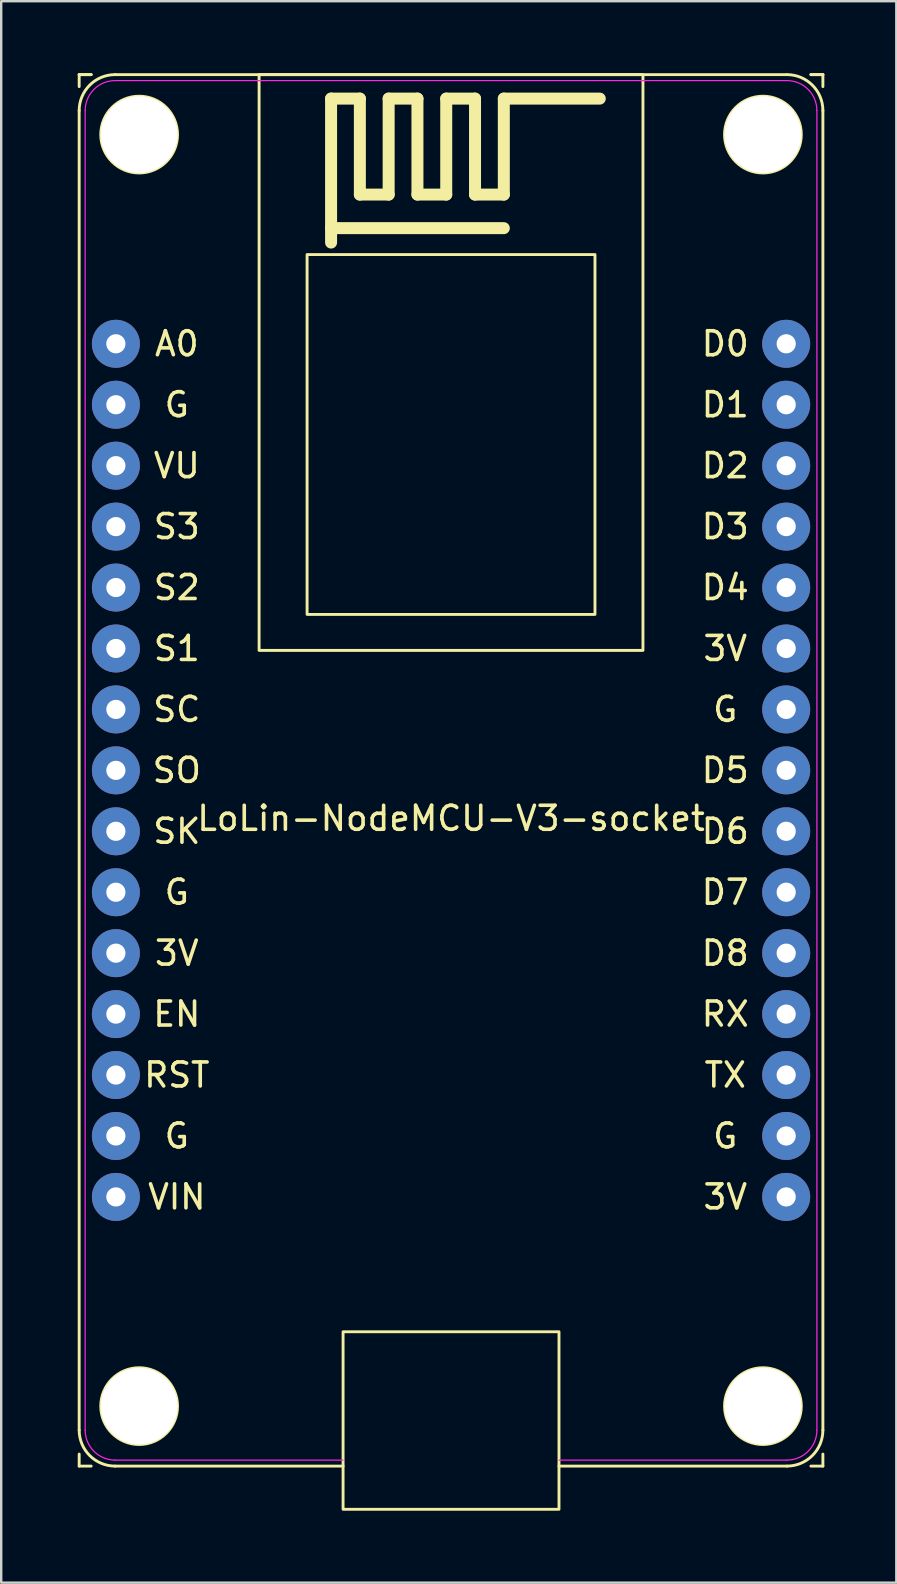
<source format=kicad_pcb>
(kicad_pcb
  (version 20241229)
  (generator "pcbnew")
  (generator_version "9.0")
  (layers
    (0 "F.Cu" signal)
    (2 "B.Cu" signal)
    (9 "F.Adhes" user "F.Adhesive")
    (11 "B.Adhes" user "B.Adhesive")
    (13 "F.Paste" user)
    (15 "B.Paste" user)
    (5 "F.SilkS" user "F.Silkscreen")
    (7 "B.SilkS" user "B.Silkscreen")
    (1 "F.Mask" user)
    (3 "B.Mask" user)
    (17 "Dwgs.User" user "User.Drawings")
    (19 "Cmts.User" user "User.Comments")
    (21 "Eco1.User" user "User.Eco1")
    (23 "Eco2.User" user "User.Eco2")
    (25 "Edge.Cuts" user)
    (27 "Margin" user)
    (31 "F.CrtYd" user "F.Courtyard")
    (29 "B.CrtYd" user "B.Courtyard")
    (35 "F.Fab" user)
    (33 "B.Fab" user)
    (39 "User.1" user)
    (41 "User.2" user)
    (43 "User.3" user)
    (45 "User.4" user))
  (footprint "LoLin-NodeMCU-V3-socket"
    (layer "F.Cu")
    (at 0.25 58.06)
    (property "Reference" "LoLin-NodeMCU-V3-socket" (at 15.5 -27 0) (layer "F.SilkS") (effects (font (size 1 1) (thickness 0.15))))
    (attr through_hole)
    (fp_line (start 0 -58) (end 0 -57.5) (stroke (width 0.12) (type solid)) (layer "F.SilkS"))
    (fp_line (start 0 -58) (end 0.5 -58) (stroke (width 0.12) (type solid)) (layer "F.SilkS"))
    (fp_line (start 0 -56.5) (end 0 -1.5) (stroke (width 0.12) (type solid)) (layer "F.SilkS"))
    (fp_line (start 0 -0.5) (end 0 0) (stroke (width 0.12) (type solid)) (layer "F.SilkS"))
    (fp_line (start 0 0) (end 0.5 0) (stroke (width 0.12) (type solid)) (layer "F.SilkS"))
    (fp_line (start 0.5 -58) (end 0 -58) (stroke (width 0.12) (type solid)) (layer "F.SilkS"))
    (fp_line (start 1.5 0) (end 11 0) (stroke (width 0.12) (type solid)) (layer "F.SilkS"))
    (fp_line (start 10.5 -57) (end 10.5 -51) (stroke (width 0.5) (type solid)) (layer "F.SilkS"))
    (fp_line (start 10.5 -51.6) (end 17.7 -51.6) (stroke (width 0.5) (type solid)) (layer "F.SilkS"))
    (fp_line (start 11.7 -57) (end 10.5 -57) (stroke (width 0.5) (type solid)) (layer "F.SilkS"))
    (fp_line (start 11.7 -53) (end 11.7 -57) (stroke (width 0.5) (type solid)) (layer "F.SilkS"))
    (fp_line (start 12.9 -57) (end 12.9 -53) (stroke (width 0.5) (type solid)) (layer "F.SilkS"))
    (fp_line (start 12.9 -53) (end 11.7 -53) (stroke (width 0.5) (type solid)) (layer "F.SilkS"))
    (fp_line (start 14.1 -57) (end 12.9 -57) (stroke (width 0.5) (type solid)) (layer "F.SilkS"))
    (fp_line (start 14.1 -53) (end 14.1 -57) (stroke (width 0.5) (type solid)) (layer "F.SilkS"))
    (fp_line (start 15.3 -57) (end 15.3 -53) (stroke (width 0.5) (type solid)) (layer "F.SilkS"))
    (fp_line (start 15.3 -53) (end 14.1 -53) (stroke (width 0.5) (type solid)) (layer "F.SilkS"))
    (fp_line (start 16.5 -57) (end 15.3 -57) (stroke (width 0.5) (type solid)) (layer "F.SilkS"))
    (fp_line (start 16.5 -53) (end 16.5 -57) (stroke (width 0.5) (type solid)) (layer "F.SilkS"))
    (fp_line (start 17.7 -57) (end 17.7 -53) (stroke (width 0.5) (type solid)) (layer "F.SilkS"))
    (fp_line (start 17.7 -53) (end 16.5 -53) (stroke (width 0.5) (type solid)) (layer "F.SilkS"))
    (fp_line (start 21.7 -57) (end 17.7 -57) (stroke (width 0.5) (type solid)) (layer "F.SilkS"))
    (fp_line (start 29.5 -58) (end 1.5 -58) (stroke (width 0.12) (type solid)) (layer "F.SilkS"))
    (fp_line (start 29.5 0) (end 20 0) (stroke (width 0.12) (type solid)) (layer "F.SilkS"))
    (fp_line (start 30.5 -58) (end 31 -58) (stroke (width 0.12) (type solid)) (layer "F.SilkS"))
    (fp_line (start 30.5 0) (end 31 0) (stroke (width 0.12) (type solid)) (layer "F.SilkS"))
    (fp_line (start 31 -58) (end 30.5 -58) (stroke (width 0.12) (type solid)) (layer "F.SilkS"))
    (fp_line (start 31 -58) (end 31 -57.5) (stroke (width 0.12) (type solid)) (layer "F.SilkS"))
    (fp_line (start 31 -1.5) (end 31 -56.5) (stroke (width 0.12) (type solid)) (layer "F.SilkS"))
    (fp_line (start 31 0) (end 31 -0.5) (stroke (width 0.12) (type solid)) (layer "F.SilkS"))
    (fp_rect (start 7.5 -58) (end 23.5 -34) (stroke (width 0.12) (type solid)) (fill no) (layer "F.SilkS"))
    (fp_rect (start 11 -5.6) (end 20 1.8) (stroke (width 0.12) (type solid)) (fill no) (layer "F.SilkS"))
    (fp_rect (start 21.5 -35.5) (end 9.5 -50.5) (stroke (width 0.12) (type solid)) (fill no) (layer "F.SilkS"))
    (fp_arc (start 0 -56.5) (mid 0.43934 -57.56066) (end 1.5 -58) (stroke (width 0.12) (type solid)) (layer "F.SilkS"))
    (fp_arc (start 1.5 0) (mid 0.43934 -0.43934) (end 0 -1.5) (stroke (width 0.12) (type solid)) (layer "F.SilkS"))
    (fp_arc (start 29.5 -58) (mid 30.56066 -57.56066) (end 31 -56.5) (stroke (width 0.12) (type solid)) (layer "F.SilkS"))
    (fp_arc (start 31 -1.5) (mid 30.56066 -0.43934) (end 29.5 0) (stroke (width 0.12) (type solid)) (layer "F.SilkS"))
    (fp_circle (center 2.5 -55.5) (end 4.1 -55.5) (stroke (width 0.12) (type solid)) (fill no) (layer "F.SilkS"))
    (fp_circle (center 2.5 -2.5) (end 4.1 -2.5) (stroke (width 0.12) (type solid)) (fill no) (layer "F.SilkS"))
    (fp_circle (center 28.5 -55.5) (end 30.1 -55.5) (stroke (width 0.12) (type solid)) (fill no) (layer "F.SilkS"))
    (fp_circle (center 28.5 -2.5) (end 30.1 -2.5) (stroke (width 0.12) (type solid)) (fill no) (layer "F.SilkS"))
    (fp_circle (center 2.5 -55.5) (end 4.1 -55.5) (stroke (width 0.12) (type solid)) (fill no) (layer "Margin"))
    (fp_circle (center 2.5 -2.5) (end 4.1 -2.5) (stroke (width 0.12) (type solid)) (fill no) (layer "Margin"))
    (fp_circle (center 28.5 -55.5) (end 30.1 -55.5) (stroke (width 0.12) (type solid)) (fill no) (layer "Margin"))
    (fp_circle (center 28.5 -2.5) (end 30.1 -2.5) (stroke (width 0.12) (type solid)) (fill no) (layer "Margin"))
    (fp_line (start 0.25 -1.5) (end 0.25 -56.5) (stroke (width 0.05) (type solid)) (layer "F.CrtYd"))
    (fp_line (start 1.5 -57.75) (end 29.5 -57.75) (stroke (width 0.05) (type solid)) (layer "F.CrtYd"))
    (fp_line (start 11 -0.25) (end 1.5 -0.25) (stroke (width 0.05) (type solid)) (layer "F.CrtYd"))
    (fp_line (start 29.5 -0.25) (end 20 -0.25) (stroke (width 0.05) (type solid)) (layer "F.CrtYd"))
    (fp_line (start 30.75 -56.5) (end 30.75 -1.5) (stroke (width 0.05) (type solid)) (layer "F.CrtYd"))
    (fp_arc (start 0.25 -56.5) (mid 0.616117 -57.383883) (end 1.5 -57.75) (stroke (width 0.05) (type solid)) (layer "F.CrtYd"))
    (fp_arc (start 1.5 -0.25) (mid 0.616117 -0.616117) (end 0.25 -1.5) (stroke (width 0.05) (type solid)) (layer "F.CrtYd"))
    (fp_arc (start 29.5 -57.75) (mid 30.383883 -57.383883) (end 30.75 -56.5) (stroke (width 0.05) (type solid)) (layer "F.CrtYd"))
    (fp_arc (start 30.75 -1.5) (mid 30.383883 -0.616117) (end 29.5 -0.25) (stroke (width 0.05) (type solid)) (layer "F.CrtYd"))
    (fp_text user "SK" (at 4.07 -26.46 0) (layer "F.SilkS") (effects (font (size 1 1) (thickness 0.15))))
    (fp_text user "G" (at 4.07 -13.76 0) (layer "F.SilkS") (effects (font (size 1 1) (thickness 0.15))))
    (fp_text user "G" (at 26.93 -31.54 0) (layer "F.SilkS") (effects (font (size 1 1) (thickness 0.15))))
    (fp_text user "D0" (at 26.93 -46.78 0) (layer "F.SilkS") (effects (font (size 1 1) (thickness 0.15))))
    (fp_text user "D1" (at 26.93 -44.24 0) (layer "F.SilkS") (effects (font (size 1 1) (thickness 0.15))))
    (fp_text user "3V" (at 26.93 -34.08 0) (layer "F.SilkS") (effects (font (size 1 1) (thickness 0.15))))
    (fp_text user "G" (at 4.07 -44.24 0) (layer "F.SilkS") (effects (font (size 1 1) (thickness 0.15))))
    (fp_text user "VU" (at 4.07 -41.7 0) (layer "F.SilkS") (effects (font (size 1 1) (thickness 0.15))))
    (fp_text user "RX" (at 26.93 -18.84 0) (layer "F.SilkS") (effects (font (size 1 1) (thickness 0.15))))
    (fp_text user "SC" (at 4.07 -31.54 0) (layer "F.SilkS") (effects (font (size 1 1) (thickness 0.15))))
    (fp_text user "3V" (at 4.07 -21.38 0) (layer "F.SilkS") (effects (font (size 1 1) (thickness 0.15))))
    (fp_text user "S2" (at 4.07 -36.62 0) (layer "F.SilkS") (effects (font (size 1 1) (thickness 0.15))))
    (fp_text user "D8" (at 26.93 -21.38 0) (layer "F.SilkS") (effects (font (size 1 1) (thickness 0.15))))
    (fp_text user "G" (at 4.07 -23.92 0) (layer "F.SilkS") (effects (font (size 1 1) (thickness 0.15))))
    (fp_text user "D4" (at 26.93 -36.62 0) (layer "F.SilkS") (effects (font (size 1 1) (thickness 0.15))))
    (fp_text user "D6" (at 26.93 -26.46 0) (layer "F.SilkS") (effects (font (size 1 1) (thickness 0.15))))
    (fp_text user "A0" (at 4.07 -46.78 0) (layer "F.SilkS") (effects (font (size 1 1) (thickness 0.15))))
    (fp_text user "TX" (at 26.93 -16.3 0) (layer "F.SilkS") (effects (font (size 1 1) (thickness 0.15))))
    (fp_text user "D3" (at 26.93 -39.16 0) (layer "F.SilkS") (effects (font (size 1 1) (thickness 0.15))))
    (fp_text user "D2" (at 26.93 -41.7 0) (layer "F.SilkS") (effects (font (size 1 1) (thickness 0.15))))
    (fp_text user "3V" (at 26.93 -11.22 0) (layer "F.SilkS") (effects (font (size 1 1) (thickness 0.15))))
    (fp_text user "G" (at 26.93 -13.76 0) (layer "F.SilkS") (effects (font (size 1 1) (thickness 0.15))))
    (fp_text user "D5" (at 26.93 -29 0) (layer "F.SilkS") (effects (font (size 1 1) (thickness 0.15))))
    (fp_text user "SO" (at 4.07 -29 0) (layer "F.SilkS") (effects (font (size 1 1) (thickness 0.15))))
    (fp_text user "EN" (at 4.07 -18.84 0) (layer "F.SilkS") (effects (font (size 1 1) (thickness 0.15))))
    (fp_text user "S1" (at 4.07 -34.08 0) (layer "F.SilkS") (effects (font (size 1 1) (thickness 0.15))))
    (fp_text user "RST" (at 4.07 -16.3 0) (layer "F.SilkS") (effects (font (size 1 1) (thickness 0.15))))
    (fp_text user "S3" (at 4.07 -39.16 0) (layer "F.SilkS") (effects (font (size 1 1) (thickness 0.15))))
    (fp_text user "VIN" (at 4.07 -11.22 0) (layer "F.SilkS") (effects (font (size 1 1) (thickness 0.15))))
    (fp_text user "D7" (at 26.93 -23.92 0) (layer "F.SilkS") (effects (font (size 1 1) (thickness 0.15))))
    (pad "" np_thru_hole circle (at 2.5 -55.5) (size 3.2 3.2) (drill 3.2) (layers "*.Cu" "*.Mask"))
    (pad "" np_thru_hole circle (at 2.5 -2.5) (size 3.2 3.2) (drill 3.2) (layers "*.Cu" "*.Mask"))
    (pad "" np_thru_hole circle (at 28.5 -55.5) (size 3.2 3.2) (drill 3.2) (layers "*.Cu" "*.Mask"))
    (pad "" np_thru_hole circle (at 28.5 -2.5) (size 3.2 3.2) (drill 3.2) (layers "*.Cu" "*.Mask"))
    (pad "1" thru_hole circle (at 1.53 -46.78) (size 2 2) (drill 0.8) (layers "*.Cu" "*.Mask"))
    (pad "2" thru_hole circle (at 1.53 -44.24) (size 2 2) (drill 0.8) (layers "*.Cu" "*.Mask"))
    (pad "3" thru_hole circle (at 1.53 -41.7) (size 2 2) (drill 0.8) (layers "*.Cu" "*.Mask"))
    (pad "4" thru_hole circle (at 1.53 -39.16) (size 2 2) (drill 0.8) (layers "*.Cu" "*.Mask"))
    (pad "5" thru_hole circle (at 1.53 -36.62) (size 2 2) (drill 0.8) (layers "*.Cu" "*.Mask"))
    (pad "6" thru_hole circle (at 1.53 -34.08) (size 2 2) (drill 0.8) (layers "*.Cu" "*.Mask"))
    (pad "7" thru_hole circle (at 1.53 -31.54) (size 2 2) (drill 0.8) (layers "*.Cu" "*.Mask"))
    (pad "8" thru_hole circle (at 1.53 -29) (size 2 2) (drill 0.8) (layers "*.Cu" "*.Mask"))
    (pad "9" thru_hole circle (at 1.53 -26.46) (size 2 2) (drill 0.8) (layers "*.Cu" "*.Mask"))
    (pad "10" thru_hole circle (at 1.53 -23.92) (size 2 2) (drill 0.8) (layers "*.Cu" "*.Mask"))
    (pad "11" thru_hole circle (at 1.53 -21.38) (size 2 2) (drill 0.8) (layers "*.Cu" "*.Mask"))
    (pad "12" thru_hole circle (at 1.53 -18.84) (size 2 2) (drill 0.8) (layers "*.Cu" "*.Mask"))
    (pad "13" thru_hole circle (at 1.53 -16.3) (size 2 2) (drill 0.8) (layers "*.Cu" "*.Mask"))
    (pad "14" thru_hole circle (at 1.53 -13.76) (size 2 2) (drill 0.8) (layers "*.Cu" "*.Mask"))
    (pad "15" thru_hole circle (at 1.53 -11.22) (size 2 2) (drill 0.8) (layers "*.Cu" "*.Mask"))
    (pad "16" thru_hole circle (at 29.47 -11.22) (size 2 2) (drill 0.8) (layers "*.Cu" "*.Mask"))
    (pad "17" thru_hole circle (at 29.47 -13.76) (size 2 2) (drill 0.8) (layers "*.Cu" "*.Mask"))
    (pad "18" thru_hole circle (at 29.47 -16.3) (size 2 2) (drill 0.8) (layers "*.Cu" "*.Mask"))
    (pad "19" thru_hole circle (at 29.47 -18.84) (size 2 2) (drill 0.8) (layers "*.Cu" "*.Mask"))
    (pad "20" thru_hole circle (at 29.47 -21.38) (size 2 2) (drill 0.8) (layers "*.Cu" "*.Mask"))
    (pad "21" thru_hole circle (at 29.47 -23.92) (size 2 2) (drill 0.8) (layers "*.Cu" "*.Mask"))
    (pad "22" thru_hole circle (at 29.47 -26.46) (size 2 2) (drill 0.8) (layers "*.Cu" "*.Mask"))
    (pad "23" thru_hole circle (at 29.47 -29) (size 2 2) (drill 0.8) (layers "*.Cu" "*.Mask"))
    (pad "24" thru_hole circle (at 29.47 -31.54) (size 2 2) (drill 0.8) (layers "*.Cu" "*.Mask"))
    (pad "25" thru_hole circle (at 29.47 -34.08) (size 2 2) (drill 0.8) (layers "*.Cu" "*.Mask"))
    (pad "26" thru_hole circle (at 29.47 -36.62) (size 2 2) (drill 0.8) (layers "*.Cu" "*.Mask"))
    (pad "27" thru_hole circle (at 29.47 -39.16) (size 2 2) (drill 0.8) (layers "*.Cu" "*.Mask"))
    (pad "28" thru_hole circle (at 29.47 -41.7) (size 2 2) (drill 0.8) (layers "*.Cu" "*.Mask"))
    (pad "29" thru_hole circle (at 29.47 -44.24) (size 2 2) (drill 0.8) (layers "*.Cu" "*.Mask"))
    (pad "30" thru_hole circle (at 29.47 -46.78) (size 2 2) (drill 0.8) (layers "*.Cu" "*.Mask")))
  (gr_rect
    (start -3 -3)
    (end 34.31 62.92)
    (stroke (width 0.1) (type default))
    (fill no)
    (layer "Edge.Cuts")))
</source>
